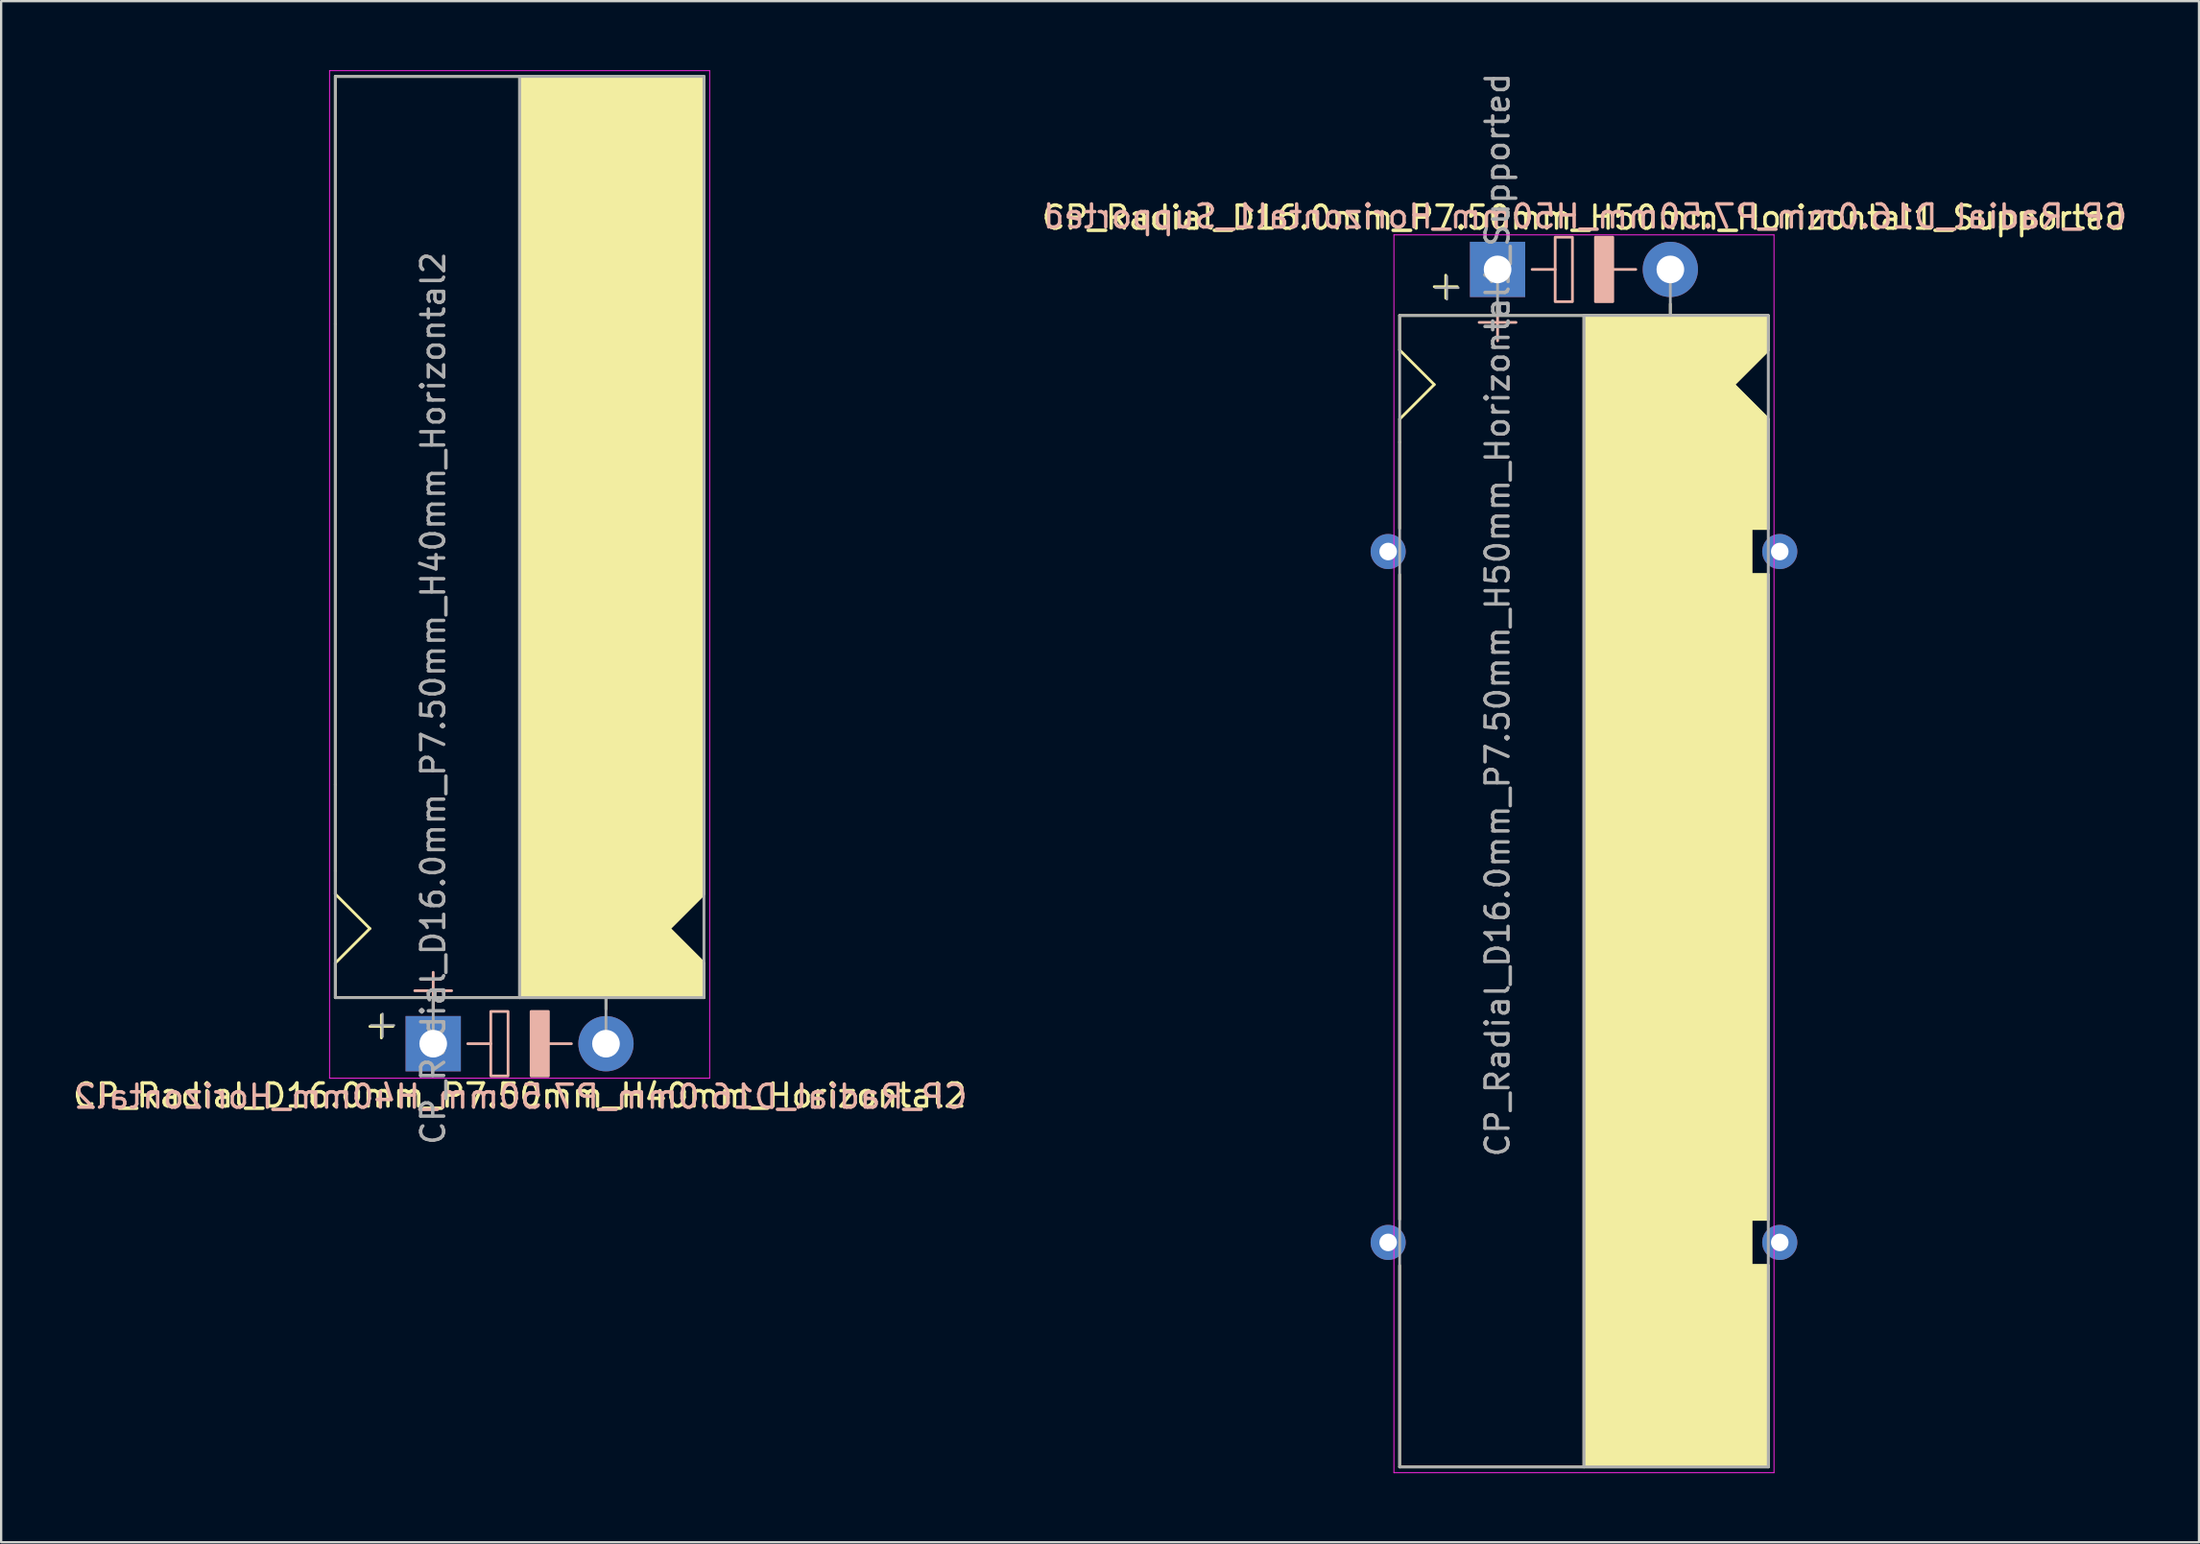
<source format=kicad_pcb>
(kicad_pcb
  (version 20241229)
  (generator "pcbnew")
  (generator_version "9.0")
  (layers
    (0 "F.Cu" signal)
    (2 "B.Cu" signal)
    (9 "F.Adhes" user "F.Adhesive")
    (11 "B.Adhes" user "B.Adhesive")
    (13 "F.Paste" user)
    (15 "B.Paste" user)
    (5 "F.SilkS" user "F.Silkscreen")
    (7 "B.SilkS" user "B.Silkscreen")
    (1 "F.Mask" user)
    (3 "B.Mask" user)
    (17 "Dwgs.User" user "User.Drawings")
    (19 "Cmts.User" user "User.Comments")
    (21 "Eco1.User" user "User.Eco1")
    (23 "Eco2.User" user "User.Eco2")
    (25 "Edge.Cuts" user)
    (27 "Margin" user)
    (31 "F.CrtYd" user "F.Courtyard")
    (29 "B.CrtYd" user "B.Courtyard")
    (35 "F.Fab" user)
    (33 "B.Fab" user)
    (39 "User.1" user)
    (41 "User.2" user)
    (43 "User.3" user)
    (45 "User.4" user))
  (footprint "CP_Radial_D16.0mm_P7.50mm_H50mm_Horizontal1_Supported"
    (layer "F.Cu")
    (at 61.961 8.649)
    (property "Reference" "CP_Radial_D16.0mm_P7.50mm_H50mm_Horizontal1_Supported" (at 3.75 -2.25 0) (layer "F.SilkS") (effects (font (size 1 1) (thickness 0.15))))
    (fp_line (start -4.25 2) (end -4.25 3.5) (stroke (width 0.12) (type solid)) (layer "F.SilkS"))
    (fp_line (start -4.25 3.5) (end -2.75 5) (stroke (width 0.12) (type solid)) (layer "F.SilkS"))
    (fp_line (start -4.25 6.5) (end -4.25 7.5) (stroke (width 0.12) (type solid)) (layer "F.SilkS"))
    (fp_line (start -4.25 7.5) (end -4.25 11.25) (stroke (width 0.12) (type solid)) (layer "F.SilkS"))
    (fp_line (start -4.25 41.25) (end -4.25 13.25) (stroke (width 0.12) (type solid)) (layer "F.SilkS"))
    (fp_line (start -4.25 43.25) (end -4.25 52) (stroke (width 0.12) (type solid)) (layer "F.SilkS"))
    (fp_line (start -2.75 5) (end -4.25 6.5) (stroke (width 0.12) (type solid)) (layer "F.SilkS"))
    (fp_line (start -2.25 0.25) (end -2.25 1.25) (stroke (width 0.12) (type solid)) (layer "F.SilkS"))
    (fp_line (start -1.75 0.75) (end -2.75 0.75) (stroke (width 0.12) (type solid)) (layer "F.SilkS"))
    (fp_line (start 0 1.5) (end 0 2) (stroke (width 0.12) (type solid)) (layer "F.SilkS"))
    (fp_line (start 3.75 2) (end -4.25 2) (stroke (width 0.12) (type solid)) (layer "F.SilkS"))
    (fp_line (start 3.75 2) (end 3.75 52) (stroke (width 0.12) (type solid)) (layer "F.SilkS"))
    (fp_line (start 3.75 2) (end 11.75 2) (stroke (width 0.12) (type solid)) (layer "F.SilkS"))
    (fp_line (start 7.5 1.5) (end 7.5 2) (stroke (width 0.12) (type solid)) (layer "F.SilkS"))
    (fp_line (start 10.25 5) (end 11.75 6.5) (stroke (width 0.12) (type solid)) (layer "F.SilkS"))
    (fp_line (start 11 11.25) (end 11.75 11.25) (stroke (width 0.12) (type solid)) (layer "F.SilkS"))
    (fp_line (start 11 13.25) (end 11 11.25) (stroke (width 0.12) (type solid)) (layer "F.SilkS"))
    (fp_line (start 11 41.25) (end 11.75 41.25) (stroke (width 0.12) (type solid)) (layer "F.SilkS"))
    (fp_line (start 11 43.25) (end 11 41.25) (stroke (width 0.12) (type solid)) (layer "F.SilkS"))
    (fp_line (start 11.75 2) (end 11.75 3.5) (stroke (width 0.12) (type solid)) (layer "F.SilkS"))
    (fp_line (start 11.75 3.5) (end 10.25 5) (stroke (width 0.12) (type solid)) (layer "F.SilkS"))
    (fp_line (start 11.75 11.25) (end 11.75 6.5) (stroke (width 0.12) (type solid)) (layer "F.SilkS"))
    (fp_line (start 11.75 13.25) (end 11 13.25) (stroke (width 0.12) (type solid)) (layer "F.SilkS"))
    (fp_line (start 11.75 13.25) (end 11.75 41.25) (stroke (width 0.12) (type solid)) (layer "F.SilkS"))
    (fp_line (start 11.75 43.25) (end 11 43.25) (stroke (width 0.12) (type solid)) (layer "F.SilkS"))
    (fp_line (start 11.75 52) (end -4.25 52) (stroke (width 0.12) (type solid)) (layer "F.SilkS"))
    (fp_line (start 11.75 52) (end 11.75 43.25) (stroke (width 0.12) (type solid)) (layer "F.SilkS"))
    (fp_poly (pts (xy 11.75 3.5) (xy 10.25 5) (xy 11.75 6.5) (xy 11.75 11.25) (xy 11 11.25) (xy 11 13.25) (xy 11.75 13.25) (xy 11.75 41.25) (xy 11 41.25) (xy 11 43.25) (xy 11.75 43.25) (xy 11.75 52) (xy 3.75 52) (xy 3.75 2) (xy 11.75 2)) (stroke (width 0.1) (type solid)) (fill yes) (layer "F.SilkS"))
    (fp_line (start 0 1.5) (end 0 3.1) (stroke (width 0.12) (type solid)) (layer "B.SilkS"))
    (fp_line (start 0.8 2.3) (end -0.8 2.3) (stroke (width 0.12) (type solid)) (layer "B.SilkS"))
    (fp_line (start 2.5 0) (end 1.5 0) (stroke (width 0.12) (type solid)) (layer "B.SilkS"))
    (fp_line (start 6 0) (end 5 0) (stroke (width 0.12) (type solid)) (layer "B.SilkS"))
    (fp_rect (start 2.5 -1.4) (end 3.25 1.4) (stroke (width 0.12) (type solid)) (fill no) (layer "B.SilkS"))
    (fp_rect (start 4.25 -1.4) (end 5 1.4) (stroke (width 0.12) (type solid)) (fill yes) (layer "B.SilkS"))
    (fp_line (start -4.5 -1.5) (end 12 -1.5) (stroke (width 0.04) (type solid)) (layer "F.CrtYd"))
    (fp_line (start -4.5 52.25) (end -4.5 -1.5) (stroke (width 0.04) (type solid)) (layer "F.CrtYd"))
    (fp_line (start 12 -1.5) (end 12 52.25) (stroke (width 0.04) (type solid)) (layer "F.CrtYd"))
    (fp_line (start 12 52.25) (end -4.5 52.25) (stroke (width 0.04) (type solid)) (layer "F.CrtYd"))
    (fp_line (start -4.25 2) (end -4.25 52) (stroke (width 0.12) (type solid)) (layer "F.Fab"))
    (fp_line (start -4.25 52) (end 11.75 52) (stroke (width 0.12) (type solid)) (layer "F.Fab"))
    (fp_line (start -2.7 0.8) (end -1.7 0.8) (stroke (width 0.1) (type solid)) (layer "F.Fab"))
    (fp_line (start -2.2 1.3) (end -2.2 0.3) (stroke (width 0.1) (type solid)) (layer "F.Fab"))
    (fp_line (start 0 0) (end 0 2) (stroke (width 0.12) (type solid)) (layer "F.Fab"))
    (fp_line (start 0 2) (end -4.25 2) (stroke (width 0.12) (type solid)) (layer "F.Fab"))
    (fp_line (start 3.75 2) (end 3.75 52) (stroke (width 0.12) (type solid)) (layer "F.Fab"))
    (fp_line (start 7.5 0) (end 7.5 2) (stroke (width 0.12) (type solid)) (layer "F.Fab"))
    (fp_line (start 11.75 2) (end 0 2) (stroke (width 0.12) (type solid)) (layer "F.Fab"))
    (fp_line (start 11.75 52) (end 11.75 2) (stroke (width 0.12) (type solid)) (layer "F.Fab"))
    (fp_poly (pts (xy 11.75 52) (xy 3.75 52) (xy 3.75 2) (xy 11.75 2)) (stroke (width 0.1) (type solid)) (fill no) (layer "F.Fab"))
    (fp_text user "${REFERENCE}" (at 3.8 -2.3 0) (layer "B.SilkS") (effects (font (size 1 1) (thickness 0.15)) (justify mirror)))
    (fp_text user "${REFERENCE}" (at 0 15 90) (layer "F.Fab") (effects (font (size 1 1) (thickness 0.15))))
    (pad "1" thru_hole rect (at 0 0) (size 2.4 2.4) (drill 1.2) (layers "*.Cu" "*.Mask"))
    (pad "2" thru_hole circle (at 7.5 0) (size 2.4 2.4) (drill 1.2) (layers "*.Cu" "*.Mask"))
    (pad "~" thru_hole circle (at -4.75 12.25) (size 1.524 1.524) (drill 0.762) (layers "*.Cu" "*.Mask"))
    (pad "~" thru_hole circle (at -4.75 42.25) (size 1.524 1.524) (drill 0.762) (layers "*.Cu" "*.Mask"))
    (pad "~" thru_hole circle (at 12.25 12.25) (size 1.524 1.524) (drill 0.762) (layers "*.Cu" "*.Mask"))
    (pad "~" thru_hole circle (at 12.25 42.25) (size 1.524 1.524) (drill 0.762) (layers "*.Cu" "*.Mask")))
  (footprint "CP_Radial_D16.0mm_P7.50mm_H40mm_Horizontal2"
    (layer "F.Cu")
    (at 15.756 42.27)
    (property "Reference" "CP_Radial_D16.0mm_P7.50mm_H40mm_Horizontal2" (at 3.75 2.25 0) (layer "F.SilkS") (effects (font (size 1 1) (thickness 0.15))))
    (fp_line (start -4.25 -31.25) (end -4.25 -42) (stroke (width 0.12) (type solid)) (layer "F.SilkS"))
    (fp_line (start -4.25 -31.25) (end -4.25 -11.25) (stroke (width 0.12) (type solid)) (layer "F.SilkS"))
    (fp_line (start -4.25 -7.5) (end -4.25 -11.25) (stroke (width 0.12) (type solid)) (layer "F.SilkS"))
    (fp_line (start -4.25 -6.5) (end -4.25 -7.5) (stroke (width 0.12) (type solid)) (layer "F.SilkS"))
    (fp_line (start -4.25 -3.5) (end -2.75 -5) (stroke (width 0.12) (type solid)) (layer "F.SilkS"))
    (fp_line (start -4.25 -2) (end -4.25 -3.5) (stroke (width 0.12) (type solid)) (layer "F.SilkS"))
    (fp_line (start -2.75 -5) (end -4.25 -6.5) (stroke (width 0.12) (type solid)) (layer "F.SilkS"))
    (fp_line (start -2.25 -1.25) (end -2.25 -0.25) (stroke (width 0.12) (type solid)) (layer "F.SilkS"))
    (fp_line (start -1.75 -0.75) (end -2.75 -0.75) (stroke (width 0.12) (type solid)) (layer "F.SilkS"))
    (fp_line (start 0 -1.5) (end 0 -2) (stroke (width 0.12) (type solid)) (layer "F.SilkS"))
    (fp_line (start 3.75 -2) (end -4.25 -2) (stroke (width 0.12) (type solid)) (layer "F.SilkS"))
    (fp_line (start 3.75 -2) (end 3.75 -42) (stroke (width 0.12) (type solid)) (layer "F.SilkS"))
    (fp_line (start 3.75 -2) (end 11.75 -2) (stroke (width 0.12) (type solid)) (layer "F.SilkS"))
    (fp_line (start 7.5 -1.5) (end 7.5 -2) (stroke (width 0.12) (type solid)) (layer "F.SilkS"))
    (fp_line (start 10.25 -5) (end 11.75 -6.5) (stroke (width 0.12) (type solid)) (layer "F.SilkS"))
    (fp_line (start 11 -31.25) (end 11.75 -31.25) (stroke (width 0.12) (type solid)) (layer "F.SilkS"))
    (fp_line (start 11 -11.25) (end 11.75 -11.25) (stroke (width 0.12) (type solid)) (layer "F.SilkS"))
    (fp_line (start 11.75 -42) (end -4.25 -42) (stroke (width 0.12) (type solid)) (layer "F.SilkS"))
    (fp_line (start 11.75 -42) (end 11.75 -33.25) (stroke (width 0.12) (type solid)) (layer "F.SilkS"))
    (fp_line (start 11.75 -33.25) (end 11 -33.25) (stroke (width 0.12) (type solid)) (layer "F.SilkS"))
    (fp_line (start 11.75 -33.25) (end 11.75 -31.25) (stroke (width 0.12) (type solid)) (layer "F.SilkS"))
    (fp_line (start 11.75 -13.25) (end 11 -13.25) (stroke (width 0.12) (type solid)) (layer "F.SilkS"))
    (fp_line (start 11.75 -13.25) (end 11.75 -31.25) (stroke (width 0.12) (type solid)) (layer "F.SilkS"))
    (fp_line (start 11.75 -13.25) (end 11.75 -11.25) (stroke (width 0.12) (type solid)) (layer "F.SilkS"))
    (fp_line (start 11.75 -11.25) (end 11.75 -6.5) (stroke (width 0.12) (type solid)) (layer "F.SilkS"))
    (fp_line (start 11.75 -3.5) (end 10.25 -5) (stroke (width 0.12) (type solid)) (layer "F.SilkS"))
    (fp_line (start 11.75 -2) (end 11.75 -3.5) (stroke (width 0.12) (type solid)) (layer "F.SilkS"))
    (fp_poly (pts (xy 11.75 -3.5) (xy 10.25 -5) (xy 11.75 -6.5) (xy 11.75 -11.25) (xy 11.748 -11.25) (xy 11.748 -13.25) (xy 11.75 -13.25) (xy 11.75 -31.25) (xy 11.748 -31.25) (xy 11.748 -33.25) (xy 11.75 -33.25) (xy 11.75 -42) (xy 3.75 -42) (xy 3.75 -2) (xy 11.75 -2)) (stroke (width 0.1) (type solid)) (fill yes) (layer "F.SilkS"))
    (fp_line (start 0 -3.1) (end 0 -1.5) (stroke (width 0.12) (type solid)) (layer "B.SilkS"))
    (fp_line (start 0.8 -2.3) (end -0.8 -2.3) (stroke (width 0.12) (type solid)) (layer "B.SilkS"))
    (fp_line (start 2.5 0) (end 1.5 0) (stroke (width 0.12) (type solid)) (layer "B.SilkS"))
    (fp_line (start 6 0) (end 5 0) (stroke (width 0.12) (type solid)) (layer "B.SilkS"))
    (fp_rect (start 2.5 -1.4) (end 3.25 1.4) (stroke (width 0.12) (type solid)) (fill no) (layer "B.SilkS"))
    (fp_rect (start 4.25 -1.4) (end 5 1.4) (stroke (width 0.12) (type solid)) (fill yes) (layer "B.SilkS"))
    (fp_line (start -4.5 -42.25) (end -4.5 1.5) (stroke (width 0.04) (type solid)) (layer "F.CrtYd"))
    (fp_line (start -4.5 1.5) (end 12 1.5) (stroke (width 0.04) (type solid)) (layer "F.CrtYd"))
    (fp_line (start 12 -42.25) (end -4.5 -42.25) (stroke (width 0.04) (type solid)) (layer "F.CrtYd"))
    (fp_line (start 12 1.5) (end 12 -42.25) (stroke (width 0.04) (type solid)) (layer "F.CrtYd"))
    (fp_line (start -4.25 -42) (end 11.75 -42) (stroke (width 0.12) (type solid)) (layer "F.Fab"))
    (fp_line (start -4.25 -2) (end -4.25 -42) (stroke (width 0.12) (type solid)) (layer "F.Fab"))
    (fp_line (start -2.7 -0.8) (end -1.7 -0.8) (stroke (width 0.1) (type solid)) (layer "F.Fab"))
    (fp_line (start -2.2 -0.3) (end -2.2 -1.3) (stroke (width 0.1) (type solid)) (layer "F.Fab"))
    (fp_line (start 0 -2) (end -4.25 -2) (stroke (width 0.12) (type solid)) (layer "F.Fab"))
    (fp_line (start 0 0) (end 0 -2) (stroke (width 0.12) (type solid)) (layer "F.Fab"))
    (fp_line (start 3.75 -2) (end 3.75 -42) (stroke (width 0.12) (type solid)) (layer "F.Fab"))
    (fp_line (start 7.5 0) (end 7.5 -2) (stroke (width 0.12) (type solid)) (layer "F.Fab"))
    (fp_line (start 11.75 -42) (end 11.75 -2) (stroke (width 0.12) (type solid)) (layer "F.Fab"))
    (fp_line (start 11.75 -2) (end 0 -2) (stroke (width 0.12) (type solid)) (layer "F.Fab"))
    (fp_poly (pts (xy 11.75 -42) (xy 3.75 -42) (xy 3.75 -2) (xy 11.75 -2)) (stroke (width 0.1) (type solid)) (fill no) (layer "F.Fab"))
    (fp_text user "${REFERENCE}" (at 3.8 2.3 0) (layer "B.SilkS") (effects (font (size 1 1) (thickness 0.15)) (justify mirror)))
    (fp_text user "${REFERENCE}" (at 0 -15 90) (layer "F.Fab") (effects (font (size 1 1) (thickness 0.15))))
    (pad "1" thru_hole rect (at 0 0) (size 2.4 2.4) (drill 1.2) (layers "*.Cu" "*.Mask"))
    (pad "2" thru_hole circle (at 7.5 0) (size 2.4 2.4) (drill 1.2) (layers "*.Cu" "*.Mask")))
  (gr_rect
    (start -3 -3)
    (end 92.41 63.919)
    (stroke (width 0.1) (type default))
    (fill no)
    (layer "Edge.Cuts")))
</source>
